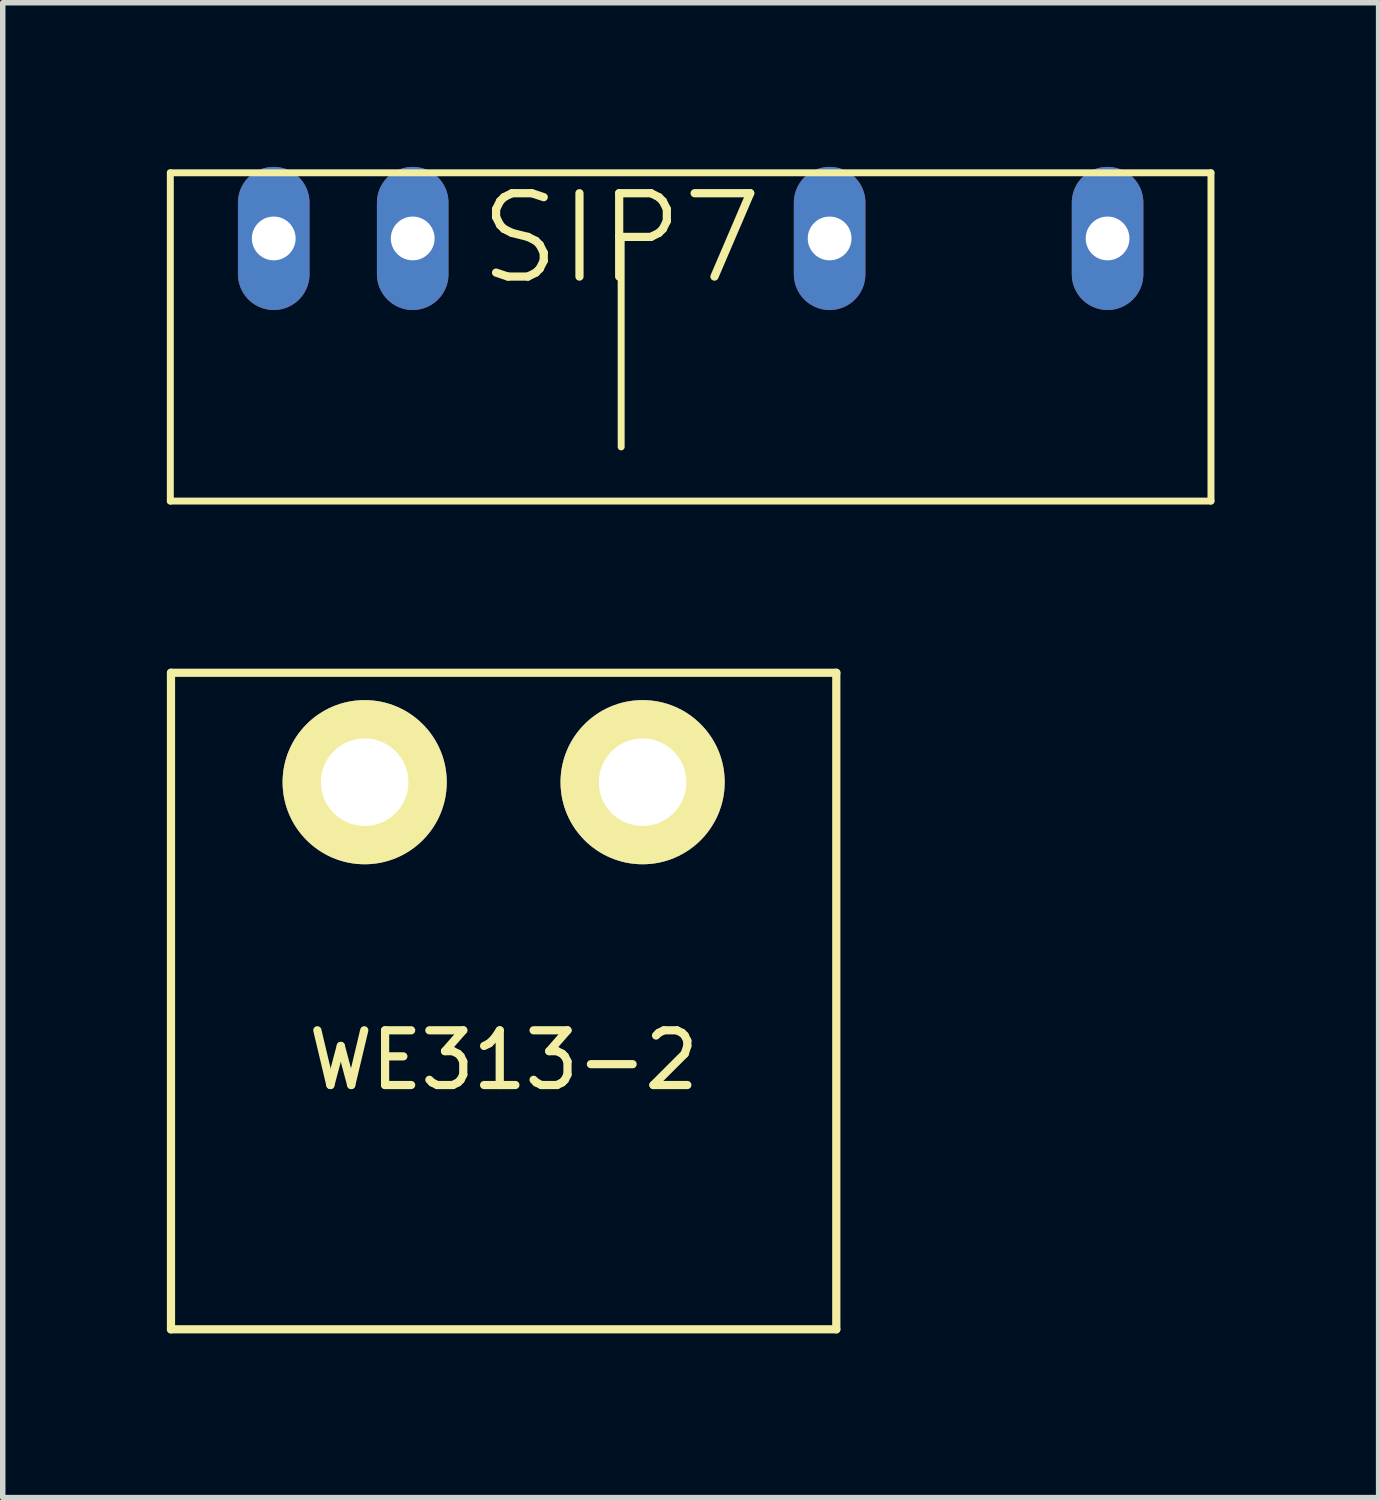
<source format=kicad_pcb>
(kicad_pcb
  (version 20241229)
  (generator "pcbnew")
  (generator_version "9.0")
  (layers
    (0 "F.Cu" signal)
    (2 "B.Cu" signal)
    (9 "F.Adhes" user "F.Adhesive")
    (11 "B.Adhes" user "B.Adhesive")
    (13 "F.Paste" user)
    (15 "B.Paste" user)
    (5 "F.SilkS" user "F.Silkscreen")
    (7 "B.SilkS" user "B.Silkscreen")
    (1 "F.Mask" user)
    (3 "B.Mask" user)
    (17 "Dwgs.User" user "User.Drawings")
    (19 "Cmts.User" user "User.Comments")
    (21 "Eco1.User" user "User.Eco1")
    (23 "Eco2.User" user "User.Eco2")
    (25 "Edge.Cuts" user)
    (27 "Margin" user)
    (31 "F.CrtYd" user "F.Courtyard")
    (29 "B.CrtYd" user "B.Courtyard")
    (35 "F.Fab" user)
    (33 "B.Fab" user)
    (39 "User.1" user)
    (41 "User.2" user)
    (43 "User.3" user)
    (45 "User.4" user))
  (footprint "WE313-2"
    (layer "F.Cu")
    (at 6.155 11.246)
    (property "Reference" "WE313-2" (at 0 5.08 0) (layer "F.SilkS") (effects (font (size 1 1) (thickness 0.15))))
    (attr through_hole)
    (fp_line (start -6.08 -2) (end 6.08 -2) (stroke (width 0.15) (type solid)) (layer "F.SilkS"))
    (fp_line (start -6.08 10) (end -6.08 -2) (stroke (width 0.15) (type solid)) (layer "F.SilkS"))
    (fp_line (start 6.08 -2) (end 6.08 10) (stroke (width 0.15) (type solid)) (layer "F.SilkS"))
    (fp_line (start 6.08 10) (end -6.08 10) (stroke (width 0.15) (type solid)) (layer "F.SilkS"))
    (pad "1" thru_hole circle (at -2.54 0) (size 3 3) (drill 1.6) (layers "*.Cu" "*.Mask" "F.SilkS"))
    (pad "2" thru_hole circle (at 2.54 0) (size 3 3) (drill 1.6) (layers "*.Cu" "*.Mask" "F.SilkS")))
  (footprint "SIP7"
    (layer "F.Cu")
    (at 8.303 1.308)
    (property "Reference" "SIP7" (at 0 0 0) (layer "F.SilkS") (effects (font (size 1.524 1.524) (thickness 0.15))))
    (attr through_hole)
    (fp_line (start -8.24 -1.2) (end 10.78 -1.2) (stroke (width 0.127) (type solid)) (layer "F.SilkS"))
    (fp_line (start -8.24 4.8) (end -8.24 -1.2) (stroke (width 0.127) (type solid)) (layer "F.SilkS"))
    (fp_line (start 0 0) (end 0 3.81) (stroke (width 0.127) (type solid)) (layer "F.SilkS"))
    (fp_line (start 10.78 -1.2) (end 10.78 4.8) (stroke (width 0.127) (type solid)) (layer "F.SilkS"))
    (fp_line (start 10.78 4.8) (end -8.24 4.8) (stroke (width 0.127) (type solid)) (layer "F.SilkS"))
    (pad "1" thru_hole oval (at -6.35 0 90) (size 2.616 1.308) (drill 0.8) (layers "*.Cu" "*.Mask"))
    (pad "2" thru_hole oval (at -3.81 0 90) (size 2.616 1.308) (drill 0.8) (layers "*.Cu" "*.Mask"))
    (pad "3" thru_hole oval (at 3.81 0 90) (size 2.616 1.308) (drill 0.8) (layers "*.Cu" "*.Mask"))
    (pad "4" thru_hole oval (at 8.89 0 90) (size 2.616 1.308) (drill 0.8) (layers "*.Cu" "*.Mask")))
  (gr_rect
    (start -3 -3)
    (end 22.147 24.322)
    (stroke (width 0.1) (type default))
    (fill no)
    (layer "Edge.Cuts")))
</source>
